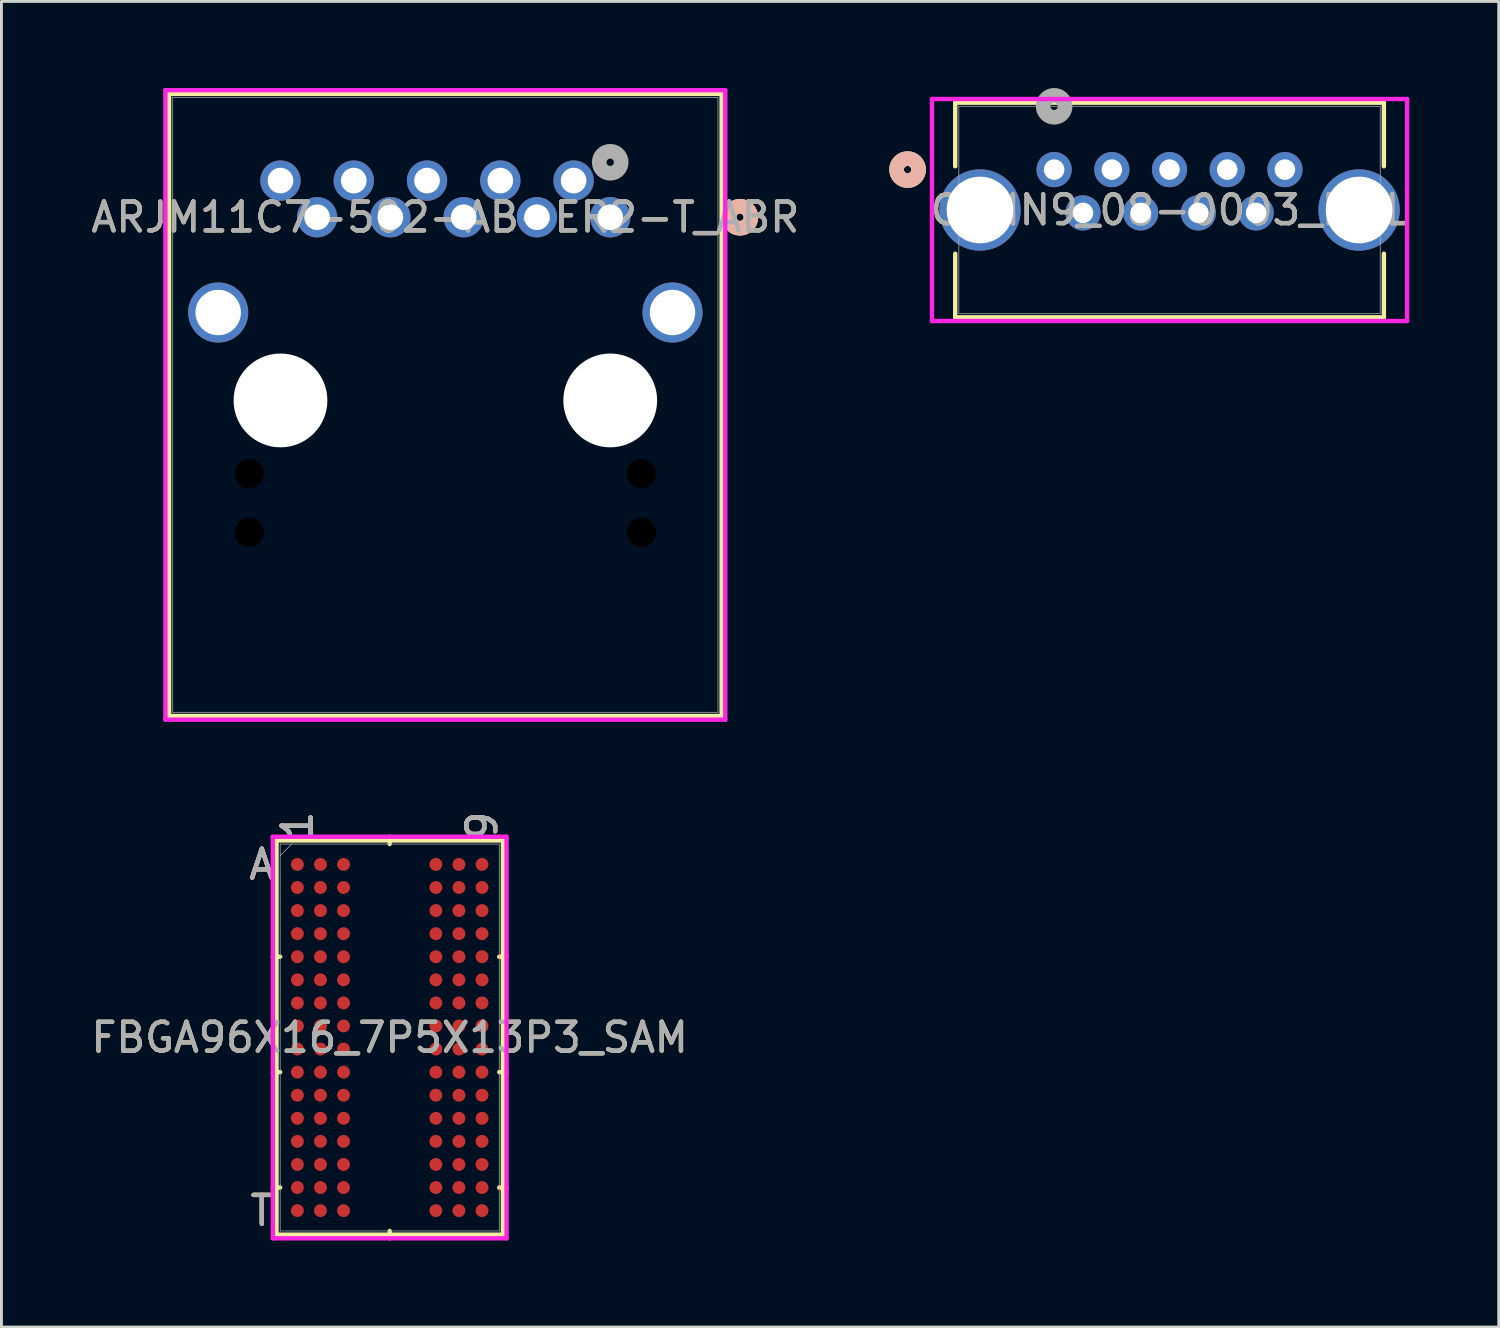
<source format=kicad_pcb>
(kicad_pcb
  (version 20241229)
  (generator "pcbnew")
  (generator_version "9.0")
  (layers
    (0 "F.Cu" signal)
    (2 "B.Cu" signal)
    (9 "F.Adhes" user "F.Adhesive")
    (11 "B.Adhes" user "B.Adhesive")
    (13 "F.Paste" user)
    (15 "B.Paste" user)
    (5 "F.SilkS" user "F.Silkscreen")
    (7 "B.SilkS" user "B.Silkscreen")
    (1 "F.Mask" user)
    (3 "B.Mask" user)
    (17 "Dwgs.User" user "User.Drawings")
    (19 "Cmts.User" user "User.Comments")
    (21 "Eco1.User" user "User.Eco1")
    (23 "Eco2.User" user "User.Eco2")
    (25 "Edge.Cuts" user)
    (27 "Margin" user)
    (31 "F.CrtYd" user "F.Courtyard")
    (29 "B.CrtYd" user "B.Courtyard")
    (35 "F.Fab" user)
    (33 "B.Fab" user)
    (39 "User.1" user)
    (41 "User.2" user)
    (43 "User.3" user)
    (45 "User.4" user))
  (footprint "ARJM11C7-502-AB-ER2-T_ABR"
    (layer "F.Cu")
    (at 18.102 4.48)
    (property "Reference" "ARJM11C7-502-AB-ER2-T_ABR" (at -5.715 0 0) (unlocked yes) (layer "F.SilkS") (effects (font (size 1 1) (thickness 0.15))))
    (attr through_hole)
    (fp_line (start -15.291 -4.277) (end -15.291 17.288) (stroke (width 0.152) (type solid)) (layer "F.SilkS"))
    (fp_line (start -15.291 17.288) (end 3.861 17.288) (stroke (width 0.152) (type solid)) (layer "F.SilkS"))
    (fp_line (start 3.861 -4.277) (end -15.291 -4.277) (stroke (width 0.152) (type solid)) (layer "F.SilkS"))
    (fp_line (start 3.861 17.288) (end 3.861 -4.277) (stroke (width 0.152) (type solid)) (layer "F.SilkS"))
    (fp_circle (center 4.496 0) (end 4.877 0) (stroke (width 0.508) (type solid)) (fill no) (layer "F.SilkS"))
    (fp_circle (center 4.496 0) (end 4.877 0) (stroke (width 0.508) (type solid)) (fill no) (layer "B.SilkS"))
    (fp_line (start -15.418 -4.404) (end -15.418 17.415) (stroke (width 0.152) (type solid)) (layer "F.CrtYd"))
    (fp_line (start -15.418 17.415) (end 3.988 17.415) (stroke (width 0.152) (type solid)) (layer "F.CrtYd"))
    (fp_line (start 3.988 -4.404) (end -15.418 -4.404) (stroke (width 0.152) (type solid)) (layer "F.CrtYd"))
    (fp_line (start 3.988 17.415) (end 3.988 -4.404) (stroke (width 0.152) (type solid)) (layer "F.CrtYd"))
    (fp_line (start -15.164 -4.15) (end -15.164 17.161) (stroke (width 0.025) (type solid)) (layer "F.Fab"))
    (fp_line (start -15.164 17.161) (end 3.734 17.161) (stroke (width 0.025) (type solid)) (layer "F.Fab"))
    (fp_line (start 3.734 -4.15) (end -15.164 -4.15) (stroke (width 0.025) (type solid)) (layer "F.Fab"))
    (fp_line (start 3.734 17.161) (end 3.734 -4.15) (stroke (width 0.025) (type solid)) (layer "F.Fab"))
    (fp_circle (center 0 -1.905) (end 0.381 -1.905) (stroke (width 0.508) (type solid)) (fill no) (layer "F.Fab"))
    (fp_text user "${REFERENCE}" (at -5.715 0 0) (unlocked yes) (layer "F.Fab") (effects (font (size 1 1) (thickness 0.15))))
    (pad "" np_thru_hole circle (at -12.509 8.89) (size 1.524 1.524) (drill 1.016) (layers))
    (pad "" np_thru_hole circle (at -12.509 10.922) (size 1.524 1.524) (drill 1.016) (layers))
    (pad "" np_thru_hole circle (at -11.43 6.35) (size 3.251 3.251) (drill 3.251) (layers "*.Cu" "*.Mask"))
    (pad "" np_thru_hole circle (at 0 6.35) (size 3.251 3.251) (drill 3.251) (layers "*.Cu" "*.Mask"))
    (pad "" np_thru_hole circle (at 1.079 8.89) (size 1.524 1.524) (drill 1.016) (layers))
    (pad "" np_thru_hole circle (at 1.079 10.922) (size 1.524 1.524) (drill 1.016) (layers))
    (pad "1" thru_hole circle (at 0 0) (size 1.397 1.397) (drill 0.889) (layers "*.Cu" "*.Mask"))
    (pad "2" thru_hole circle (at -1.27 -1.27) (size 1.397 1.397) (drill 0.889) (layers "*.Cu" "*.Mask"))
    (pad "3" thru_hole circle (at -2.54 0) (size 1.397 1.397) (drill 0.889) (layers "*.Cu" "*.Mask"))
    (pad "4" thru_hole circle (at -3.81 -1.27) (size 1.397 1.397) (drill 0.889) (layers "*.Cu" "*.Mask"))
    (pad "5" thru_hole circle (at -5.08 0) (size 1.397 1.397) (drill 0.889) (layers "*.Cu" "*.Mask"))
    (pad "6" thru_hole circle (at -6.35 -1.27) (size 1.397 1.397) (drill 0.889) (layers "*.Cu" "*.Mask"))
    (pad "7" thru_hole circle (at -7.62 0) (size 1.397 1.397) (drill 0.889) (layers "*.Cu" "*.Mask"))
    (pad "8" thru_hole circle (at -8.89 -1.27) (size 1.397 1.397) (drill 0.889) (layers "*.Cu" "*.Mask"))
    (pad "9" thru_hole circle (at -10.16 0) (size 1.397 1.397) (drill 0.889) (layers "*.Cu" "*.Mask"))
    (pad "10" thru_hole circle (at -11.43 -1.27) (size 1.397 1.397) (drill 0.889) (layers "*.Cu" "*.Mask"))
    (pad "17" thru_hole circle (at -13.589 3.302) (size 2.083 2.083) (drill 1.575) (layers "*.Cu" "*.Mask"))
    (pad "18" thru_hole circle (at 2.159 3.302) (size 2.083 2.083) (drill 1.575) (layers "*.Cu" "*.Mask")))
  (footprint "FBGA96X16_7P5X13P3_SAM"
    (layer "F.Cu")
    (at 10.458 32.913)
    (property "Reference" "FBGA96X16_7P5X13P3_SAM" (at 0 0 0) (unlocked yes) (layer "F.SilkS") (effects (font (size 1 1) (thickness 0.15))))
    (attr smd)
    (fp_line (start -3.924 -6.833) (end -3.924 6.833) (stroke (width 0.152) (type solid)) (layer "F.SilkS"))
    (fp_line (start -3.924 6.833) (end 3.924 6.833) (stroke (width 0.152) (type solid)) (layer "F.SilkS"))
    (fp_line (start -3.797 -2.8) (end -4.051 -2.8) (stroke (width 0.152) (type solid)) (layer "F.SilkS"))
    (fp_line (start -3.797 1.2) (end -4.051 1.2) (stroke (width 0.152) (type solid)) (layer "F.SilkS"))
    (fp_line (start -3.797 5.2) (end -4.051 5.2) (stroke (width 0.152) (type solid)) (layer "F.SilkS"))
    (fp_line (start 0 -6.706) (end 0 -6.96) (stroke (width 0.152) (type solid)) (layer "F.SilkS"))
    (fp_line (start 0 6.706) (end 0 6.96) (stroke (width 0.152) (type solid)) (layer "F.SilkS"))
    (fp_line (start 3.797 -2.8) (end 4.051 -2.8) (stroke (width 0.152) (type solid)) (layer "F.SilkS"))
    (fp_line (start 3.797 1.2) (end 4.051 1.2) (stroke (width 0.152) (type solid)) (layer "F.SilkS"))
    (fp_line (start 3.797 5.2) (end 4.051 5.2) (stroke (width 0.152) (type solid)) (layer "F.SilkS"))
    (fp_line (start 3.924 -6.833) (end -3.924 -6.833) (stroke (width 0.152) (type solid)) (layer "F.SilkS"))
    (fp_line (start 3.924 6.833) (end 3.924 -6.833) (stroke (width 0.152) (type solid)) (layer "F.SilkS"))
    (fp_poly (pts (xy -4.045 -6.844) (xy 4.045 -6.844) (xy 4.045 6.844) (xy -4.045 6.844)) (stroke (width 0.1) (type solid)) (fill no) (layer "Eco2.User"))
    (fp_line (start -4.051 -6.96) (end 4.051 -6.96) (stroke (width 0.152) (type solid)) (layer "F.CrtYd"))
    (fp_line (start -4.051 6.96) (end -4.051 -6.96) (stroke (width 0.152) (type solid)) (layer "F.CrtYd"))
    (fp_line (start 4.051 -6.96) (end 4.051 6.96) (stroke (width 0.152) (type solid)) (layer "F.CrtYd"))
    (fp_line (start 4.051 6.96) (end -4.051 6.96) (stroke (width 0.152) (type solid)) (layer "F.CrtYd"))
    (fp_line (start -3.797 -6.706) (end -3.797 6.706) (stroke (width 0.025) (type solid)) (layer "F.Fab"))
    (fp_line (start -3.797 6.706) (end 3.797 6.706) (stroke (width 0.025) (type solid)) (layer "F.Fab"))
    (fp_line (start -3.397 -6.706) (end -3.797 -6.306) (stroke (width 0.025) (type solid)) (layer "F.Fab"))
    (fp_line (start 3.797 -6.706) (end -3.797 -6.706) (stroke (width 0.025) (type solid)) (layer "F.Fab"))
    (fp_line (start 3.797 6.706) (end 3.797 -6.706) (stroke (width 0.025) (type solid)) (layer "F.Fab"))
    (fp_text user "T" (at -4.432 6 0) (unlocked yes) (layer "F.SilkS") (effects (font (size 1 1) (thickness 0.15))))
    (fp_text user "A" (at -4.432 -6 0) (unlocked yes) (layer "F.SilkS") (effects (font (size 1 1) (thickness 0.15))))
    (fp_text user "9" (at 3.2 -7.341 90) (unlocked yes) (layer "F.SilkS") (effects (font (size 1 1) (thickness 0.15))))
    (fp_text user "1" (at -3.2 -7.341 90) (unlocked yes) (layer "F.SilkS") (effects (font (size 1 1) (thickness 0.15))))
    (fp_text user "9" (at 3.2 -7.341 90) (unlocked yes) (layer "B.SilkS") (effects (font (size 1 1) (thickness 0.15))))
    (fp_text user "T" (at -4.432 6 0) (unlocked yes) (layer "B.SilkS") (effects (font (size 1 1) (thickness 0.15))))
    (fp_text user "1" (at -3.2 -7.341 90) (unlocked yes) (layer "B.SilkS") (effects (font (size 1 1) (thickness 0.15))))
    (fp_text user "A" (at -4.432 -6 0) (unlocked yes) (layer "B.SilkS") (effects (font (size 1 1) (thickness 0.15))))
    (fp_text user "${REFERENCE}" (at 0 0 0) (unlocked yes) (layer "F.Fab") (effects (font (size 1 1) (thickness 0.15))))
    (fp_text user "9" (at 3.2 -7.341 90) (unlocked yes) (layer "F.Fab") (effects (font (size 1 1) (thickness 0.15))))
    (fp_text user "T" (at -4.432 6 0) (unlocked yes) (layer "F.Fab") (effects (font (size 1 1) (thickness 0.15))))
    (fp_text user "A" (at -4.432 -6 0) (unlocked yes) (layer "F.Fab") (effects (font (size 1 1) (thickness 0.15))))
    (fp_text user "1" (at -3.2 -7.341 90) (unlocked yes) (layer "F.Fab") (effects (font (size 1 1) (thickness 0.15))))
    (pad "A1" smd circle (at -3.2 -6) (size 0.447 0.447) (layers "F.Cu" "F.Mask" "F.Paste"))
    (pad "A2" smd circle (at -2.4 -6) (size 0.447 0.447) (layers "F.Cu" "F.Mask" "F.Paste"))
    (pad "A3" smd circle (at -1.6 -6) (size 0.447 0.447) (layers "F.Cu" "F.Mask" "F.Paste"))
    (pad "A7" smd circle (at 1.6 -6) (size 0.447 0.447) (layers "F.Cu" "F.Mask" "F.Paste"))
    (pad "A8" smd circle (at 2.4 -6) (size 0.447 0.447) (layers "F.Cu" "F.Mask" "F.Paste"))
    (pad "A9" smd circle (at 3.2 -6) (size 0.447 0.447) (layers "F.Cu" "F.Mask" "F.Paste"))
    (pad "B1" smd circle (at -3.2 -5.2) (size 0.447 0.447) (layers "F.Cu" "F.Mask" "F.Paste"))
    (pad "B2" smd circle (at -2.4 -5.2) (size 0.447 0.447) (layers "F.Cu" "F.Mask" "F.Paste"))
    (pad "B3" smd circle (at -1.6 -5.2) (size 0.447 0.447) (layers "F.Cu" "F.Mask" "F.Paste"))
    (pad "B7" smd circle (at 1.6 -5.2) (size 0.447 0.447) (layers "F.Cu" "F.Mask" "F.Paste"))
    (pad "B8" smd circle (at 2.4 -5.2) (size 0.447 0.447) (layers "F.Cu" "F.Mask" "F.Paste"))
    (pad "B9" smd circle (at 3.2 -5.2) (size 0.447 0.447) (layers "F.Cu" "F.Mask" "F.Paste"))
    (pad "C1" smd circle (at -3.2 -4.4) (size 0.447 0.447) (layers "F.Cu" "F.Mask" "F.Paste"))
    (pad "C2" smd circle (at -2.4 -4.4) (size 0.447 0.447) (layers "F.Cu" "F.Mask" "F.Paste"))
    (pad "C3" smd circle (at -1.6 -4.4) (size 0.447 0.447) (layers "F.Cu" "F.Mask" "F.Paste"))
    (pad "C7" smd circle (at 1.6 -4.4) (size 0.447 0.447) (layers "F.Cu" "F.Mask" "F.Paste"))
    (pad "C8" smd circle (at 2.4 -4.4) (size 0.447 0.447) (layers "F.Cu" "F.Mask" "F.Paste"))
    (pad "C9" smd circle (at 3.2 -4.4) (size 0.447 0.447) (layers "F.Cu" "F.Mask" "F.Paste"))
    (pad "D1" smd circle (at -3.2 -3.6) (size 0.447 0.447) (layers "F.Cu" "F.Mask" "F.Paste"))
    (pad "D2" smd circle (at -2.4 -3.6) (size 0.447 0.447) (layers "F.Cu" "F.Mask" "F.Paste"))
    (pad "D3" smd circle (at -1.6 -3.6) (size 0.447 0.447) (layers "F.Cu" "F.Mask" "F.Paste"))
    (pad "D7" smd circle (at 1.6 -3.6) (size 0.447 0.447) (layers "F.Cu" "F.Mask" "F.Paste"))
    (pad "D8" smd circle (at 2.4 -3.6) (size 0.447 0.447) (layers "F.Cu" "F.Mask" "F.Paste"))
    (pad "D9" smd circle (at 3.2 -3.6) (size 0.447 0.447) (layers "F.Cu" "F.Mask" "F.Paste"))
    (pad "E1" smd circle (at -3.2 -2.8) (size 0.447 0.447) (layers "F.Cu" "F.Mask" "F.Paste"))
    (pad "E2" smd circle (at -2.4 -2.8) (size 0.447 0.447) (layers "F.Cu" "F.Mask" "F.Paste"))
    (pad "E3" smd circle (at -1.6 -2.8) (size 0.447 0.447) (layers "F.Cu" "F.Mask" "F.Paste"))
    (pad "E7" smd circle (at 1.6 -2.8) (size 0.447 0.447) (layers "F.Cu" "F.Mask" "F.Paste"))
    (pad "E8" smd circle (at 2.4 -2.8) (size 0.447 0.447) (layers "F.Cu" "F.Mask" "F.Paste"))
    (pad "E9" smd circle (at 3.2 -2.8) (size 0.447 0.447) (layers "F.Cu" "F.Mask" "F.Paste"))
    (pad "F1" smd circle (at -3.2 -2) (size 0.447 0.447) (layers "F.Cu" "F.Mask" "F.Paste"))
    (pad "F2" smd circle (at -2.4 -2) (size 0.447 0.447) (layers "F.Cu" "F.Mask" "F.Paste"))
    (pad "F3" smd circle (at -1.6 -2) (size 0.447 0.447) (layers "F.Cu" "F.Mask" "F.Paste"))
    (pad "F7" smd circle (at 1.6 -2) (size 0.447 0.447) (layers "F.Cu" "F.Mask" "F.Paste"))
    (pad "F8" smd circle (at 2.4 -2) (size 0.447 0.447) (layers "F.Cu" "F.Mask" "F.Paste"))
    (pad "F9" smd circle (at 3.2 -2) (size 0.447 0.447) (layers "F.Cu" "F.Mask" "F.Paste"))
    (pad "G1" smd circle (at -3.2 -1.2) (size 0.447 0.447) (layers "F.Cu" "F.Mask" "F.Paste"))
    (pad "G2" smd circle (at -2.4 -1.2) (size 0.447 0.447) (layers "F.Cu" "F.Mask" "F.Paste"))
    (pad "G3" smd circle (at -1.6 -1.2) (size 0.447 0.447) (layers "F.Cu" "F.Mask" "F.Paste"))
    (pad "G7" smd circle (at 1.6 -1.2) (size 0.447 0.447) (layers "F.Cu" "F.Mask" "F.Paste"))
    (pad "G8" smd circle (at 2.4 -1.2) (size 0.447 0.447) (layers "F.Cu" "F.Mask" "F.Paste"))
    (pad "G9" smd circle (at 3.2 -1.2) (size 0.447 0.447) (layers "F.Cu" "F.Mask" "F.Paste"))
    (pad "H1" smd circle (at -3.2 -0.4) (size 0.447 0.447) (layers "F.Cu" "F.Mask" "F.Paste"))
    (pad "H2" smd circle (at -2.4 -0.4) (size 0.447 0.447) (layers "F.Cu" "F.Mask" "F.Paste"))
    (pad "H3" smd circle (at -1.6 -0.4) (size 0.447 0.447) (layers "F.Cu" "F.Mask" "F.Paste"))
    (pad "H7" smd circle (at 1.6 -0.4) (size 0.447 0.447) (layers "F.Cu" "F.Mask" "F.Paste"))
    (pad "H8" smd circle (at 2.4 -0.4) (size 0.447 0.447) (layers "F.Cu" "F.Mask" "F.Paste"))
    (pad "H9" smd circle (at 3.2 -0.4) (size 0.447 0.447) (layers "F.Cu" "F.Mask" "F.Paste"))
    (pad "J1" smd circle (at -3.2 0.4) (size 0.447 0.447) (layers "F.Cu" "F.Mask" "F.Paste"))
    (pad "J2" smd circle (at -2.4 0.4) (size 0.447 0.447) (layers "F.Cu" "F.Mask" "F.Paste"))
    (pad "J3" smd circle (at -1.6 0.4) (size 0.447 0.447) (layers "F.Cu" "F.Mask" "F.Paste"))
    (pad "J7" smd circle (at 1.6 0.4) (size 0.447 0.447) (layers "F.Cu" "F.Mask" "F.Paste"))
    (pad "J8" smd circle (at 2.4 0.4) (size 0.447 0.447) (layers "F.Cu" "F.Mask" "F.Paste"))
    (pad "J9" smd circle (at 3.2 0.4) (size 0.447 0.447) (layers "F.Cu" "F.Mask" "F.Paste"))
    (pad "K1" smd circle (at -3.2 1.2) (size 0.447 0.447) (layers "F.Cu" "F.Mask" "F.Paste"))
    (pad "K2" smd circle (at -2.4 1.2) (size 0.447 0.447) (layers "F.Cu" "F.Mask" "F.Paste"))
    (pad "K3" smd circle (at -1.6 1.2) (size 0.447 0.447) (layers "F.Cu" "F.Mask" "F.Paste"))
    (pad "K7" smd circle (at 1.6 1.2) (size 0.447 0.447) (layers "F.Cu" "F.Mask" "F.Paste"))
    (pad "K8" smd circle (at 2.4 1.2) (size 0.447 0.447) (layers "F.Cu" "F.Mask" "F.Paste"))
    (pad "K9" smd circle (at 3.2 1.2) (size 0.447 0.447) (layers "F.Cu" "F.Mask" "F.Paste"))
    (pad "L1" smd circle (at -3.2 2) (size 0.447 0.447) (layers "F.Cu" "F.Mask" "F.Paste"))
    (pad "L2" smd circle (at -2.4 2) (size 0.447 0.447) (layers "F.Cu" "F.Mask" "F.Paste"))
    (pad "L3" smd circle (at -1.6 2) (size 0.447 0.447) (layers "F.Cu" "F.Mask" "F.Paste"))
    (pad "L7" smd circle (at 1.6 2) (size 0.447 0.447) (layers "F.Cu" "F.Mask" "F.Paste"))
    (pad "L8" smd circle (at 2.4 2) (size 0.447 0.447) (layers "F.Cu" "F.Mask" "F.Paste"))
    (pad "L9" smd circle (at 3.2 2) (size 0.447 0.447) (layers "F.Cu" "F.Mask" "F.Paste"))
    (pad "M1" smd circle (at -3.2 2.8) (size 0.447 0.447) (layers "F.Cu" "F.Mask" "F.Paste"))
    (pad "M2" smd circle (at -2.4 2.8) (size 0.447 0.447) (layers "F.Cu" "F.Mask" "F.Paste"))
    (pad "M3" smd circle (at -1.6 2.8) (size 0.447 0.447) (layers "F.Cu" "F.Mask" "F.Paste"))
    (pad "M7" smd circle (at 1.6 2.8) (size 0.447 0.447) (layers "F.Cu" "F.Mask" "F.Paste"))
    (pad "M8" smd circle (at 2.4 2.8) (size 0.447 0.447) (layers "F.Cu" "F.Mask" "F.Paste"))
    (pad "M9" smd circle (at 3.2 2.8) (size 0.447 0.447) (layers "F.Cu" "F.Mask" "F.Paste"))
    (pad "N1" smd circle (at -3.2 3.6) (size 0.447 0.447) (layers "F.Cu" "F.Mask" "F.Paste"))
    (pad "N2" smd circle (at -2.4 3.6) (size 0.447 0.447) (layers "F.Cu" "F.Mask" "F.Paste"))
    (pad "N3" smd circle (at -1.6 3.6) (size 0.447 0.447) (layers "F.Cu" "F.Mask" "F.Paste"))
    (pad "N7" smd circle (at 1.6 3.6) (size 0.447 0.447) (layers "F.Cu" "F.Mask" "F.Paste"))
    (pad "N8" smd circle (at 2.4 3.6) (size 0.447 0.447) (layers "F.Cu" "F.Mask" "F.Paste"))
    (pad "N9" smd circle (at 3.2 3.6) (size 0.447 0.447) (layers "F.Cu" "F.Mask" "F.Paste"))
    (pad "P1" smd circle (at -3.2 4.4) (size 0.447 0.447) (layers "F.Cu" "F.Mask" "F.Paste"))
    (pad "P2" smd circle (at -2.4 4.4) (size 0.447 0.447) (layers "F.Cu" "F.Mask" "F.Paste"))
    (pad "P3" smd circle (at -1.6 4.4) (size 0.447 0.447) (layers "F.Cu" "F.Mask" "F.Paste"))
    (pad "P7" smd circle (at 1.6 4.4) (size 0.447 0.447) (layers "F.Cu" "F.Mask" "F.Paste"))
    (pad "P8" smd circle (at 2.4 4.4) (size 0.447 0.447) (layers "F.Cu" "F.Mask" "F.Paste"))
    (pad "P9" smd circle (at 3.2 4.4) (size 0.447 0.447) (layers "F.Cu" "F.Mask" "F.Paste"))
    (pad "R1" smd circle (at -3.2 5.2) (size 0.447 0.447) (layers "F.Cu" "F.Mask" "F.Paste"))
    (pad "R2" smd circle (at -2.4 5.2) (size 0.447 0.447) (layers "F.Cu" "F.Mask" "F.Paste"))
    (pad "R3" smd circle (at -1.6 5.2) (size 0.447 0.447) (layers "F.Cu" "F.Mask" "F.Paste"))
    (pad "R7" smd circle (at 1.6 5.2) (size 0.447 0.447) (layers "F.Cu" "F.Mask" "F.Paste"))
    (pad "R8" smd circle (at 2.4 5.2) (size 0.447 0.447) (layers "F.Cu" "F.Mask" "F.Paste"))
    (pad "R9" smd circle (at 3.2 5.2) (size 0.447 0.447) (layers "F.Cu" "F.Mask" "F.Paste"))
    (pad "T1" smd circle (at -3.2 6) (size 0.447 0.447) (layers "F.Cu" "F.Mask" "F.Paste"))
    (pad "T2" smd circle (at -2.4 6) (size 0.447 0.447) (layers "F.Cu" "F.Mask" "F.Paste"))
    (pad "T3" smd circle (at -1.6 6) (size 0.447 0.447) (layers "F.Cu" "F.Mask" "F.Paste"))
    (pad "T7" smd circle (at 1.6 6) (size 0.447 0.447) (layers "F.Cu" "F.Mask" "F.Paste"))
    (pad "T8" smd circle (at 2.4 6) (size 0.447 0.447) (layers "F.Cu" "F.Mask" "F.Paste"))
    (pad "T9" smd circle (at 3.2 6) (size 0.447 0.447) (layers "F.Cu" "F.Mask" "F.Paste")))
  (footprint "CONN9_08-0003_MOL"
    (layer "F.Cu")
    (at 33.489 2.829)
    (property "Reference" "CONN9_08-0003_MOL" (at 4 1.4 0) (unlocked yes) (layer "F.SilkS") (effects (font (size 1 1) (thickness 0.15))))
    (attr through_hole)
    (fp_line (start -3.429 -2.321) (end -3.429 -0.116) (stroke (width 0.152) (type solid)) (layer "F.SilkS"))
    (fp_line (start -3.429 2.916) (end -3.429 5.121) (stroke (width 0.152) (type solid)) (layer "F.SilkS"))
    (fp_line (start -3.429 5.121) (end 11.43 5.121) (stroke (width 0.152) (type solid)) (layer "F.SilkS"))
    (fp_line (start 11.43 -2.321) (end -3.429 -2.321) (stroke (width 0.152) (type solid)) (layer "F.SilkS"))
    (fp_line (start 11.43 -0.116) (end 11.43 -2.321) (stroke (width 0.152) (type solid)) (layer "F.SilkS"))
    (fp_line (start 11.43 5.121) (end 11.43 2.916) (stroke (width 0.152) (type solid)) (layer "F.SilkS"))
    (fp_circle (center -5.08 0) (end -4.699 0) (stroke (width 0.508) (type solid)) (fill no) (layer "F.SilkS"))
    (fp_circle (center -5.08 0) (end -4.699 0) (stroke (width 0.508) (type solid)) (fill no) (layer "B.SilkS"))
    (fp_line (start -4.234 -2.448) (end -4.234 5.248) (stroke (width 0.152) (type solid)) (layer "F.CrtYd"))
    (fp_line (start -4.234 5.248) (end 12.234 5.248) (stroke (width 0.152) (type solid)) (layer "F.CrtYd"))
    (fp_line (start 12.234 -2.448) (end -4.234 -2.448) (stroke (width 0.152) (type solid)) (layer "F.CrtYd"))
    (fp_line (start 12.234 5.248) (end 12.234 -2.448) (stroke (width 0.152) (type solid)) (layer "F.CrtYd"))
    (fp_line (start -3.303 -2.194) (end -3.303 4.994) (stroke (width 0.025) (type solid)) (layer "F.Fab"))
    (fp_line (start -3.303 4.994) (end 11.303 4.994) (stroke (width 0.025) (type solid)) (layer "F.Fab"))
    (fp_line (start 11.303 -2.194) (end -3.303 -2.194) (stroke (width 0.025) (type solid)) (layer "F.Fab"))
    (fp_line (start 11.303 4.994) (end 11.303 -2.194) (stroke (width 0.025) (type solid)) (layer "F.Fab"))
    (fp_circle (center 0 -2.194) (end 0.381 -2.194) (stroke (width 0.508) (type solid)) (fill no) (layer "F.Fab"))
    (fp_text user "${REFERENCE}" (at 4 1.4 0) (unlocked yes) (layer "F.Fab") (effects (font (size 1 1) (thickness 0.15))))
    (pad "1" thru_hole circle (at 0 0) (size 1.219 1.219) (drill 0.711) (layers "*.Cu" "*.Mask"))
    (pad "2" thru_hole circle (at 2 0) (size 1.219 1.219) (drill 0.711) (layers "*.Cu" "*.Mask"))
    (pad "3" thru_hole circle (at 4 0) (size 1.219 1.219) (drill 0.711) (layers "*.Cu" "*.Mask"))
    (pad "4" thru_hole circle (at 6 0) (size 1.219 1.219) (drill 0.711) (layers "*.Cu" "*.Mask"))
    (pad "5" thru_hole circle (at 8 0) (size 1.219 1.219) (drill 0.711) (layers "*.Cu" "*.Mask"))
    (pad "7" thru_hole circle (at 1 1.5) (size 1.219 1.219) (drill 0.711) (layers "*.Cu" "*.Mask"))
    (pad "8" thru_hole circle (at 3 1.5) (size 1.219 1.219) (drill 0.711) (layers "*.Cu" "*.Mask"))
    (pad "9" thru_hole circle (at 5 1.5) (size 1.219 1.219) (drill 0.711) (layers "*.Cu" "*.Mask"))
    (pad "10" thru_hole circle (at 7 1.5) (size 1.219 1.219) (drill 0.711) (layers "*.Cu" "*.Mask"))
    (pad "11" thru_hole circle (at -2.57 1.4 90) (size 2.819 2.819) (drill 2.311) (layers "*.Cu" "*.Mask"))
    (pad "12" thru_hole circle (at 10.57 1.4 90) (size 2.819 2.819) (drill 2.311) (layers "*.Cu" "*.Mask")))
  (gr_rect
    (start -3 -3)
    (end 48.9 42.949)
    (stroke (width 0.1) (type default))
    (fill no)
    (layer "Edge.Cuts")))
</source>
